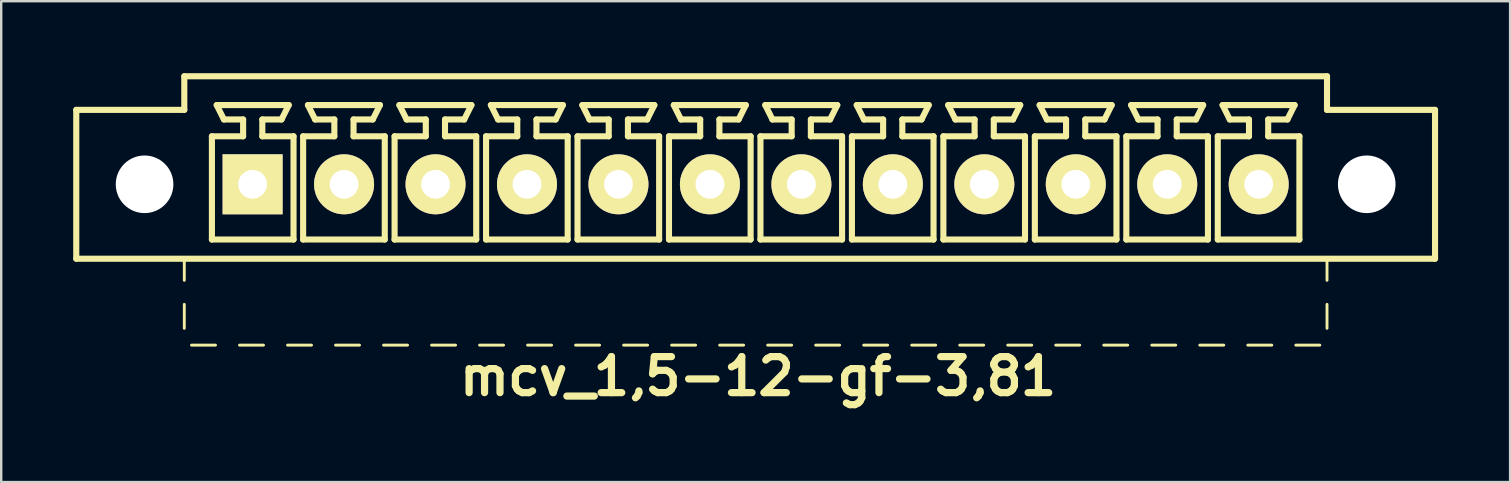
<source format=kicad_pcb>
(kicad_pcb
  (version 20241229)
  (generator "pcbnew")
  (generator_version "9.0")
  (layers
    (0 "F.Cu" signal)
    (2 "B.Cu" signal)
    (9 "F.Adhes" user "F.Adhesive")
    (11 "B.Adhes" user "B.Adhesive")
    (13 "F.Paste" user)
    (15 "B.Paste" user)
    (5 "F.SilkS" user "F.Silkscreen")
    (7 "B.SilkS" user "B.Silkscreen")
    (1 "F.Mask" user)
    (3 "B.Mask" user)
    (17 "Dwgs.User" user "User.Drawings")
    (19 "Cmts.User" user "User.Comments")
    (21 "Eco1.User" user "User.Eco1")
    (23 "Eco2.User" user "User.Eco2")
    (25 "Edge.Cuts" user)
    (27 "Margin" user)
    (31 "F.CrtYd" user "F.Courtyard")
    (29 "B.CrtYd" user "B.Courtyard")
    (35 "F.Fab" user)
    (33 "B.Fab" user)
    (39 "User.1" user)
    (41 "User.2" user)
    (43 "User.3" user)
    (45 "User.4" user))
  (footprint "mcv_1,5-12-gf-3,81"
    (layer "F.Cu")
    (at 28.427 4.627)
    (property "Reference" "mcv_1,5-12-gf-3,81" (at 0.1 8 0) (layer "F.SilkS") (effects (font (size 1.5 1.5) (thickness 0.3))))
    (attr through_hole)
    (fp_line (start -28.3 3.1) (end -28.3 -3.1) (stroke (width 0.254) (type solid)) (layer "F.SilkS"))
    (fp_line (start -28.3 3.1) (end 28.3 3.1) (stroke (width 0.254) (type solid)) (layer "F.SilkS"))
    (fp_line (start -23.8 -4.5) (end -23.8 -3.1) (stroke (width 0.254) (type solid)) (layer "F.SilkS"))
    (fp_line (start -23.8 -4.5) (end 23.8 -4.5) (stroke (width 0.254) (type solid)) (layer "F.SilkS"))
    (fp_line (start -23.8 -3.1) (end -28.3 -3.1) (stroke (width 0.254) (type solid)) (layer "F.SilkS"))
    (fp_line (start -23.8 3.1) (end -23.8 4) (stroke (width 0.12) (type solid)) (layer "F.SilkS"))
    (fp_line (start -23.8 5) (end -23.8 6) (stroke (width 0.12) (type solid)) (layer "F.SilkS"))
    (fp_line (start -23.5 6.7) (end -22.5 6.7) (stroke (width 0.12) (type solid)) (layer "F.SilkS"))
    (fp_line (start -22.65 -2) (end -21.35 -2) (stroke (width 0.254) (type solid)) (layer "F.SilkS"))
    (fp_line (start -22.65 2.3) (end -22.65 -2) (stroke (width 0.254) (type solid)) (layer "F.SilkS"))
    (fp_line (start -22.45 -3.3) (end -19.45 -3.3) (stroke (width 0.254) (type solid)) (layer "F.SilkS"))
    (fp_line (start -22.15 -2.7) (end -22.45 -3.3) (stroke (width 0.254) (type solid)) (layer "F.SilkS"))
    (fp_line (start -21.5 6.7) (end -20.5 6.7) (stroke (width 0.12) (type solid)) (layer "F.SilkS"))
    (fp_line (start -21.35 -2.7) (end -22.15 -2.7) (stroke (width 0.254) (type solid)) (layer "F.SilkS"))
    (fp_line (start -21.35 -2) (end -21.35 -2.7) (stroke (width 0.254) (type solid)) (layer "F.SilkS"))
    (fp_line (start -20.55 -2.7) (end -20.55 -2) (stroke (width 0.254) (type solid)) (layer "F.SilkS"))
    (fp_line (start -20.55 -2) (end -19.25 -2) (stroke (width 0.254) (type solid)) (layer "F.SilkS"))
    (fp_line (start -19.75 -2.7) (end -20.55 -2.7) (stroke (width 0.254) (type solid)) (layer "F.SilkS"))
    (fp_line (start -19.75 -2.7) (end -19.45 -3.3) (stroke (width 0.254) (type solid)) (layer "F.SilkS"))
    (fp_line (start -19.5 6.7) (end -18.5 6.7) (stroke (width 0.12) (type solid)) (layer "F.SilkS"))
    (fp_line (start -19.25 -2) (end -19.25 2.3) (stroke (width 0.254) (type solid)) (layer "F.SilkS"))
    (fp_line (start -19.25 2.3) (end -22.65 2.3) (stroke (width 0.254) (type solid)) (layer "F.SilkS"))
    (fp_line (start -18.85 -2) (end -17.55 -2) (stroke (width 0.254) (type solid)) (layer "F.SilkS"))
    (fp_line (start -18.85 2.3) (end -18.85 -2) (stroke (width 0.254) (type solid)) (layer "F.SilkS"))
    (fp_line (start -18.65 -3.3) (end -15.65 -3.3) (stroke (width 0.254) (type solid)) (layer "F.SilkS"))
    (fp_line (start -18.35 -2.7) (end -18.65 -3.3) (stroke (width 0.254) (type solid)) (layer "F.SilkS"))
    (fp_line (start -17.55 -2.7) (end -18.35 -2.7) (stroke (width 0.254) (type solid)) (layer "F.SilkS"))
    (fp_line (start -17.55 -2) (end -17.55 -2.7) (stroke (width 0.254) (type solid)) (layer "F.SilkS"))
    (fp_line (start -17.5 6.7) (end -16.5 6.7) (stroke (width 0.12) (type solid)) (layer "F.SilkS"))
    (fp_line (start -16.75 -2.7) (end -16.75 -2) (stroke (width 0.254) (type solid)) (layer "F.SilkS"))
    (fp_line (start -16.75 -2) (end -15.45 -2) (stroke (width 0.254) (type solid)) (layer "F.SilkS"))
    (fp_line (start -15.95 -2.7) (end -16.75 -2.7) (stroke (width 0.254) (type solid)) (layer "F.SilkS"))
    (fp_line (start -15.95 -2.7) (end -15.65 -3.3) (stroke (width 0.254) (type solid)) (layer "F.SilkS"))
    (fp_line (start -15.5 6.7) (end -14.5 6.7) (stroke (width 0.12) (type solid)) (layer "F.SilkS"))
    (fp_line (start -15.45 -2) (end -15.45 2.3) (stroke (width 0.254) (type solid)) (layer "F.SilkS"))
    (fp_line (start -15.45 2.3) (end -18.85 2.3) (stroke (width 0.254) (type solid)) (layer "F.SilkS"))
    (fp_line (start -15.04 -2) (end -13.74 -2) (stroke (width 0.254) (type solid)) (layer "F.SilkS"))
    (fp_line (start -15.04 2.3) (end -15.04 -2) (stroke (width 0.254) (type solid)) (layer "F.SilkS"))
    (fp_line (start -14.84 -3.3) (end -11.84 -3.3) (stroke (width 0.254) (type solid)) (layer "F.SilkS"))
    (fp_line (start -14.54 -2.7) (end -14.84 -3.3) (stroke (width 0.254) (type solid)) (layer "F.SilkS"))
    (fp_line (start -13.74 -2.7) (end -14.54 -2.7) (stroke (width 0.254) (type solid)) (layer "F.SilkS"))
    (fp_line (start -13.74 -2) (end -13.74 -2.7) (stroke (width 0.254) (type solid)) (layer "F.SilkS"))
    (fp_line (start -13.5 6.7) (end -12.5 6.7) (stroke (width 0.12) (type solid)) (layer "F.SilkS"))
    (fp_line (start -12.94 -2.7) (end -12.94 -2) (stroke (width 0.254) (type solid)) (layer "F.SilkS"))
    (fp_line (start -12.94 -2) (end -11.64 -2) (stroke (width 0.254) (type solid)) (layer "F.SilkS"))
    (fp_line (start -12.14 -2.7) (end -12.94 -2.7) (stroke (width 0.254) (type solid)) (layer "F.SilkS"))
    (fp_line (start -12.14 -2.7) (end -11.84 -3.3) (stroke (width 0.254) (type solid)) (layer "F.SilkS"))
    (fp_line (start -11.64 -2) (end -11.64 2.3) (stroke (width 0.254) (type solid)) (layer "F.SilkS"))
    (fp_line (start -11.64 2.3) (end -15.04 2.3) (stroke (width 0.254) (type solid)) (layer "F.SilkS"))
    (fp_line (start -11.5 6.7) (end -10.5 6.7) (stroke (width 0.12) (type solid)) (layer "F.SilkS"))
    (fp_line (start -11.23 -2) (end -9.93 -2) (stroke (width 0.254) (type solid)) (layer "F.SilkS"))
    (fp_line (start -11.23 2.3) (end -11.23 -2) (stroke (width 0.254) (type solid)) (layer "F.SilkS"))
    (fp_line (start -11.03 -3.3) (end -8.03 -3.3) (stroke (width 0.254) (type solid)) (layer "F.SilkS"))
    (fp_line (start -10.73 -2.7) (end -11.03 -3.3) (stroke (width 0.254) (type solid)) (layer "F.SilkS"))
    (fp_line (start -9.93 -2.7) (end -10.73 -2.7) (stroke (width 0.254) (type solid)) (layer "F.SilkS"))
    (fp_line (start -9.93 -2) (end -9.93 -2.7) (stroke (width 0.254) (type solid)) (layer "F.SilkS"))
    (fp_line (start -9.5 6.7) (end -8.5 6.7) (stroke (width 0.12) (type solid)) (layer "F.SilkS"))
    (fp_line (start -9.13 -2.7) (end -9.13 -2) (stroke (width 0.254) (type solid)) (layer "F.SilkS"))
    (fp_line (start -9.13 -2) (end -7.83 -2) (stroke (width 0.254) (type solid)) (layer "F.SilkS"))
    (fp_line (start -8.33 -2.7) (end -9.13 -2.7) (stroke (width 0.254) (type solid)) (layer "F.SilkS"))
    (fp_line (start -8.33 -2.7) (end -8.03 -3.3) (stroke (width 0.254) (type solid)) (layer "F.SilkS"))
    (fp_line (start -7.83 -2) (end -7.83 2.3) (stroke (width 0.254) (type solid)) (layer "F.SilkS"))
    (fp_line (start -7.83 2.3) (end -11.23 2.3) (stroke (width 0.254) (type solid)) (layer "F.SilkS"))
    (fp_line (start -7.5 6.7) (end -6.5 6.7) (stroke (width 0.12) (type solid)) (layer "F.SilkS"))
    (fp_line (start -7.42 -2) (end -6.12 -2) (stroke (width 0.254) (type solid)) (layer "F.SilkS"))
    (fp_line (start -7.42 2.3) (end -7.42 -2) (stroke (width 0.254) (type solid)) (layer "F.SilkS"))
    (fp_line (start -7.22 -3.3) (end -4.22 -3.3) (stroke (width 0.254) (type solid)) (layer "F.SilkS"))
    (fp_line (start -6.92 -2.7) (end -7.22 -3.3) (stroke (width 0.254) (type solid)) (layer "F.SilkS"))
    (fp_line (start -6.12 -2.7) (end -6.92 -2.7) (stroke (width 0.254) (type solid)) (layer "F.SilkS"))
    (fp_line (start -6.12 -2) (end -6.12 -2.7) (stroke (width 0.254) (type solid)) (layer "F.SilkS"))
    (fp_line (start -5.5 6.7) (end -4.5 6.7) (stroke (width 0.12) (type solid)) (layer "F.SilkS"))
    (fp_line (start -5.32 -2.7) (end -5.32 -2) (stroke (width 0.254) (type solid)) (layer "F.SilkS"))
    (fp_line (start -5.32 -2) (end -4.02 -2) (stroke (width 0.254) (type solid)) (layer "F.SilkS"))
    (fp_line (start -4.52 -2.7) (end -5.32 -2.7) (stroke (width 0.254) (type solid)) (layer "F.SilkS"))
    (fp_line (start -4.52 -2.7) (end -4.22 -3.3) (stroke (width 0.254) (type solid)) (layer "F.SilkS"))
    (fp_line (start -4.02 -2) (end -4.02 2.3) (stroke (width 0.254) (type solid)) (layer "F.SilkS"))
    (fp_line (start -4.02 2.3) (end -7.42 2.3) (stroke (width 0.254) (type solid)) (layer "F.SilkS"))
    (fp_line (start -3.61 -2) (end -2.31 -2) (stroke (width 0.254) (type solid)) (layer "F.SilkS"))
    (fp_line (start -3.61 2.3) (end -3.61 -2) (stroke (width 0.254) (type solid)) (layer "F.SilkS"))
    (fp_line (start -3.5 6.7) (end -2.5 6.7) (stroke (width 0.12) (type solid)) (layer "F.SilkS"))
    (fp_line (start -3.41 -3.3) (end -0.41 -3.3) (stroke (width 0.254) (type solid)) (layer "F.SilkS"))
    (fp_line (start -3.11 -2.7) (end -3.41 -3.3) (stroke (width 0.254) (type solid)) (layer "F.SilkS"))
    (fp_line (start -2.31 -2.7) (end -3.11 -2.7) (stroke (width 0.254) (type solid)) (layer "F.SilkS"))
    (fp_line (start -2.31 -2) (end -2.31 -2.7) (stroke (width 0.254) (type solid)) (layer "F.SilkS"))
    (fp_line (start -1.51 -2.7) (end -1.51 -2) (stroke (width 0.254) (type solid)) (layer "F.SilkS"))
    (fp_line (start -1.51 -2) (end -0.21 -2) (stroke (width 0.254) (type solid)) (layer "F.SilkS"))
    (fp_line (start -1.5 6.7) (end -0.5 6.7) (stroke (width 0.12) (type solid)) (layer "F.SilkS"))
    (fp_line (start -0.71 -2.7) (end -1.51 -2.7) (stroke (width 0.254) (type solid)) (layer "F.SilkS"))
    (fp_line (start -0.71 -2.7) (end -0.41 -3.3) (stroke (width 0.254) (type solid)) (layer "F.SilkS"))
    (fp_line (start -0.21 -2) (end -0.21 2.3) (stroke (width 0.254) (type solid)) (layer "F.SilkS"))
    (fp_line (start -0.21 2.3) (end -3.61 2.3) (stroke (width 0.254) (type solid)) (layer "F.SilkS"))
    (fp_line (start 0.2 -2) (end 1.5 -2) (stroke (width 0.254) (type solid)) (layer "F.SilkS"))
    (fp_line (start 0.2 2.3) (end 0.2 -2) (stroke (width 0.254) (type solid)) (layer "F.SilkS"))
    (fp_line (start 0.4 -3.3) (end 3.4 -3.3) (stroke (width 0.254) (type solid)) (layer "F.SilkS"))
    (fp_line (start 0.5 6.7) (end 1.5 6.7) (stroke (width 0.12) (type solid)) (layer "F.SilkS"))
    (fp_line (start 0.7 -2.7) (end 0.4 -3.3) (stroke (width 0.254) (type solid)) (layer "F.SilkS"))
    (fp_line (start 1.5 -2.7) (end 0.7 -2.7) (stroke (width 0.254) (type solid)) (layer "F.SilkS"))
    (fp_line (start 1.5 -2) (end 1.5 -2.7) (stroke (width 0.254) (type solid)) (layer "F.SilkS"))
    (fp_line (start 2.3 -2.7) (end 2.3 -2) (stroke (width 0.254) (type solid)) (layer "F.SilkS"))
    (fp_line (start 2.3 -2) (end 3.6 -2) (stroke (width 0.254) (type solid)) (layer "F.SilkS"))
    (fp_line (start 2.5 6.7) (end 3.5 6.7) (stroke (width 0.12) (type solid)) (layer "F.SilkS"))
    (fp_line (start 3.1 -2.7) (end 2.3 -2.7) (stroke (width 0.254) (type solid)) (layer "F.SilkS"))
    (fp_line (start 3.1 -2.7) (end 3.4 -3.3) (stroke (width 0.254) (type solid)) (layer "F.SilkS"))
    (fp_line (start 3.6 -2) (end 3.6 2.3) (stroke (width 0.254) (type solid)) (layer "F.SilkS"))
    (fp_line (start 3.6 2.3) (end 0.2 2.3) (stroke (width 0.254) (type solid)) (layer "F.SilkS"))
    (fp_line (start 4.01 -2) (end 5.31 -2) (stroke (width 0.254) (type solid)) (layer "F.SilkS"))
    (fp_line (start 4.01 2.3) (end 4.01 -2) (stroke (width 0.254) (type solid)) (layer "F.SilkS"))
    (fp_line (start 4.21 -3.3) (end 7.21 -3.3) (stroke (width 0.254) (type solid)) (layer "F.SilkS"))
    (fp_line (start 4.5 6.7) (end 5.5 6.7) (stroke (width 0.12) (type solid)) (layer "F.SilkS"))
    (fp_line (start 4.51 -2.7) (end 4.21 -3.3) (stroke (width 0.254) (type solid)) (layer "F.SilkS"))
    (fp_line (start 5.31 -2.7) (end 4.51 -2.7) (stroke (width 0.254) (type solid)) (layer "F.SilkS"))
    (fp_line (start 5.31 -2) (end 5.31 -2.7) (stroke (width 0.254) (type solid)) (layer "F.SilkS"))
    (fp_line (start 6.11 -2.7) (end 6.11 -2) (stroke (width 0.254) (type solid)) (layer "F.SilkS"))
    (fp_line (start 6.11 -2) (end 7.41 -2) (stroke (width 0.254) (type solid)) (layer "F.SilkS"))
    (fp_line (start 6.5 6.7) (end 7.5 6.7) (stroke (width 0.12) (type solid)) (layer "F.SilkS"))
    (fp_line (start 6.91 -2.7) (end 6.11 -2.7) (stroke (width 0.254) (type solid)) (layer "F.SilkS"))
    (fp_line (start 6.91 -2.7) (end 7.21 -3.3) (stroke (width 0.254) (type solid)) (layer "F.SilkS"))
    (fp_line (start 7.41 -2) (end 7.41 2.3) (stroke (width 0.254) (type solid)) (layer "F.SilkS"))
    (fp_line (start 7.41 2.3) (end 4.01 2.3) (stroke (width 0.254) (type solid)) (layer "F.SilkS"))
    (fp_line (start 7.82 -2) (end 9.12 -2) (stroke (width 0.254) (type solid)) (layer "F.SilkS"))
    (fp_line (start 7.82 2.3) (end 7.82 -2) (stroke (width 0.254) (type solid)) (layer "F.SilkS"))
    (fp_line (start 8.02 -3.3) (end 11.02 -3.3) (stroke (width 0.254) (type solid)) (layer "F.SilkS"))
    (fp_line (start 8.32 -2.7) (end 8.02 -3.3) (stroke (width 0.254) (type solid)) (layer "F.SilkS"))
    (fp_line (start 8.5 6.7) (end 9.5 6.7) (stroke (width 0.12) (type solid)) (layer "F.SilkS"))
    (fp_line (start 9.12 -2.7) (end 8.32 -2.7) (stroke (width 0.254) (type solid)) (layer "F.SilkS"))
    (fp_line (start 9.12 -2) (end 9.12 -2.7) (stroke (width 0.254) (type solid)) (layer "F.SilkS"))
    (fp_line (start 9.92 -2.7) (end 9.92 -2) (stroke (width 0.254) (type solid)) (layer "F.SilkS"))
    (fp_line (start 9.92 -2) (end 11.22 -2) (stroke (width 0.254) (type solid)) (layer "F.SilkS"))
    (fp_line (start 10.5 6.7) (end 11.5 6.7) (stroke (width 0.12) (type solid)) (layer "F.SilkS"))
    (fp_line (start 10.72 -2.7) (end 9.92 -2.7) (stroke (width 0.254) (type solid)) (layer "F.SilkS"))
    (fp_line (start 10.72 -2.7) (end 11.02 -3.3) (stroke (width 0.254) (type solid)) (layer "F.SilkS"))
    (fp_line (start 11.22 -2) (end 11.22 2.3) (stroke (width 0.254) (type solid)) (layer "F.SilkS"))
    (fp_line (start 11.22 2.3) (end 7.82 2.3) (stroke (width 0.254) (type solid)) (layer "F.SilkS"))
    (fp_line (start 11.63 -2) (end 12.93 -2) (stroke (width 0.254) (type solid)) (layer "F.SilkS"))
    (fp_line (start 11.63 2.3) (end 11.63 -2) (stroke (width 0.254) (type solid)) (layer "F.SilkS"))
    (fp_line (start 11.83 -3.3) (end 14.83 -3.3) (stroke (width 0.254) (type solid)) (layer "F.SilkS"))
    (fp_line (start 12.13 -2.7) (end 11.83 -3.3) (stroke (width 0.254) (type solid)) (layer "F.SilkS"))
    (fp_line (start 12.5 6.7) (end 13.5 6.7) (stroke (width 0.12) (type solid)) (layer "F.SilkS"))
    (fp_line (start 12.93 -2.7) (end 12.13 -2.7) (stroke (width 0.254) (type solid)) (layer "F.SilkS"))
    (fp_line (start 12.93 -2) (end 12.93 -2.7) (stroke (width 0.254) (type solid)) (layer "F.SilkS"))
    (fp_line (start 13.73 -2.7) (end 13.73 -2) (stroke (width 0.254) (type solid)) (layer "F.SilkS"))
    (fp_line (start 13.73 -2) (end 15.03 -2) (stroke (width 0.254) (type solid)) (layer "F.SilkS"))
    (fp_line (start 14.5 6.7) (end 15.5 6.7) (stroke (width 0.12) (type solid)) (layer "F.SilkS"))
    (fp_line (start 14.53 -2.7) (end 13.73 -2.7) (stroke (width 0.254) (type solid)) (layer "F.SilkS"))
    (fp_line (start 14.53 -2.7) (end 14.83 -3.3) (stroke (width 0.254) (type solid)) (layer "F.SilkS"))
    (fp_line (start 15.03 -2) (end 15.03 2.3) (stroke (width 0.254) (type solid)) (layer "F.SilkS"))
    (fp_line (start 15.03 2.3) (end 11.63 2.3) (stroke (width 0.254) (type solid)) (layer "F.SilkS"))
    (fp_line (start 15.44 -2) (end 16.74 -2) (stroke (width 0.254) (type solid)) (layer "F.SilkS"))
    (fp_line (start 15.44 2.3) (end 15.44 -2) (stroke (width 0.254) (type solid)) (layer "F.SilkS"))
    (fp_line (start 15.64 -3.3) (end 18.64 -3.3) (stroke (width 0.254) (type solid)) (layer "F.SilkS"))
    (fp_line (start 15.94 -2.7) (end 15.64 -3.3) (stroke (width 0.254) (type solid)) (layer "F.SilkS"))
    (fp_line (start 16.5 6.7) (end 17.5 6.7) (stroke (width 0.12) (type solid)) (layer "F.SilkS"))
    (fp_line (start 16.74 -2.7) (end 15.94 -2.7) (stroke (width 0.254) (type solid)) (layer "F.SilkS"))
    (fp_line (start 16.74 -2) (end 16.74 -2.7) (stroke (width 0.254) (type solid)) (layer "F.SilkS"))
    (fp_line (start 17.54 -2.7) (end 17.54 -2) (stroke (width 0.254) (type solid)) (layer "F.SilkS"))
    (fp_line (start 17.54 -2) (end 18.84 -2) (stroke (width 0.254) (type solid)) (layer "F.SilkS"))
    (fp_line (start 18.34 -2.7) (end 17.54 -2.7) (stroke (width 0.254) (type solid)) (layer "F.SilkS"))
    (fp_line (start 18.34 -2.7) (end 18.64 -3.3) (stroke (width 0.254) (type solid)) (layer "F.SilkS"))
    (fp_line (start 18.5 6.7) (end 19.5 6.7) (stroke (width 0.12) (type solid)) (layer "F.SilkS"))
    (fp_line (start 18.84 -2) (end 18.84 2.3) (stroke (width 0.254) (type solid)) (layer "F.SilkS"))
    (fp_line (start 18.84 2.3) (end 15.44 2.3) (stroke (width 0.254) (type solid)) (layer "F.SilkS"))
    (fp_line (start 19.25 -2) (end 20.55 -2) (stroke (width 0.254) (type solid)) (layer "F.SilkS"))
    (fp_line (start 19.25 2.3) (end 19.25 -2) (stroke (width 0.254) (type solid)) (layer "F.SilkS"))
    (fp_line (start 19.45 -3.3) (end 22.45 -3.3) (stroke (width 0.254) (type solid)) (layer "F.SilkS"))
    (fp_line (start 19.75 -2.7) (end 19.45 -3.3) (stroke (width 0.254) (type solid)) (layer "F.SilkS"))
    (fp_line (start 20.5 6.7) (end 21.5 6.7) (stroke (width 0.12) (type solid)) (layer "F.SilkS"))
    (fp_line (start 20.55 -2.7) (end 19.75 -2.7) (stroke (width 0.254) (type solid)) (layer "F.SilkS"))
    (fp_line (start 20.55 -2) (end 20.55 -2.7) (stroke (width 0.254) (type solid)) (layer "F.SilkS"))
    (fp_line (start 21.35 -2.7) (end 21.35 -2) (stroke (width 0.254) (type solid)) (layer "F.SilkS"))
    (fp_line (start 21.35 -2) (end 22.65 -2) (stroke (width 0.254) (type solid)) (layer "F.SilkS"))
    (fp_line (start 22.15 -2.7) (end 21.35 -2.7) (stroke (width 0.254) (type solid)) (layer "F.SilkS"))
    (fp_line (start 22.15 -2.7) (end 22.45 -3.3) (stroke (width 0.254) (type solid)) (layer "F.SilkS"))
    (fp_line (start 22.5 6.7) (end 23.5 6.7) (stroke (width 0.12) (type solid)) (layer "F.SilkS"))
    (fp_line (start 22.65 -2) (end 22.65 2.3) (stroke (width 0.254) (type solid)) (layer "F.SilkS"))
    (fp_line (start 22.65 2.3) (end 19.25 2.3) (stroke (width 0.254) (type solid)) (layer "F.SilkS"))
    (fp_line (start 23.8 -4.5) (end 23.8 -3.1) (stroke (width 0.254) (type solid)) (layer "F.SilkS"))
    (fp_line (start 23.8 -3.1) (end 28.3 -3.1) (stroke (width 0.254) (type solid)) (layer "F.SilkS"))
    (fp_line (start 23.8 4) (end 23.8 3.1) (stroke (width 0.12) (type solid)) (layer "F.SilkS"))
    (fp_line (start 23.8 6) (end 23.8 5) (stroke (width 0.12) (type solid)) (layer "F.SilkS"))
    (fp_line (start 28.3 3.1) (end 28.3 -3.1) (stroke (width 0.254) (type solid)) (layer "F.SilkS"))
    (pad "" np_thru_hole circle (at -25.455 0) (size 2.4 2.4) (drill 2.4) (layers "*.Cu" "*.Mask"))
    (pad "" np_thru_hole circle (at 25.455 0) (size 2.4 2.4) (drill 2.4) (layers "*.Cu" "*.Mask"))
    (pad "1" thru_hole rect (at -20.955 0) (size 2.5 2.5) (drill 1.2) (layers "*.Cu" "*.Mask" "F.SilkS"))
    (pad "2" thru_hole circle (at -17.145 0) (size 2.5 2.5) (drill 1.2) (layers "*.Cu" "*.Mask" "F.SilkS"))
    (pad "3" thru_hole circle (at -13.335 0) (size 2.5 2.5) (drill 1.2) (layers "*.Cu" "*.Mask" "F.SilkS"))
    (pad "4" thru_hole circle (at -9.525 0) (size 2.5 2.5) (drill 1.2) (layers "*.Cu" "*.Mask" "F.SilkS"))
    (pad "5" thru_hole circle (at -5.715 0) (size 2.5 2.5) (drill 1.2) (layers "*.Cu" "*.Mask" "F.SilkS"))
    (pad "6" thru_hole circle (at -1.905 0) (size 2.5 2.5) (drill 1.2) (layers "*.Cu" "*.Mask" "F.SilkS"))
    (pad "7" thru_hole circle (at 1.905 0) (size 2.5 2.5) (drill 1.2) (layers "*.Cu" "*.Mask" "F.SilkS"))
    (pad "8" thru_hole circle (at 5.715 0) (size 2.5 2.5) (drill 1.2) (layers "*.Cu" "*.Mask" "F.SilkS"))
    (pad "9" thru_hole circle (at 9.525 0) (size 2.5 2.5) (drill 1.2) (layers "*.Cu" "*.Mask" "F.SilkS"))
    (pad "10" thru_hole circle (at 13.335 0) (size 2.5 2.5) (drill 1.2) (layers "*.Cu" "*.Mask" "F.SilkS"))
    (pad "11" thru_hole circle (at 17.145 0) (size 2.5 2.5) (drill 1.2) (layers "*.Cu" "*.Mask" "F.SilkS"))
    (pad "12" thru_hole circle (at 20.955 0) (size 2.5 2.5) (drill 1.2) (layers "*.Cu" "*.Mask" "F.SilkS")))
  (gr_rect
    (start -3 -3)
    (end 59.854 17.031)
    (stroke (width 0.1) (type default))
    (fill no)
    (layer "Edge.Cuts")))
</source>
